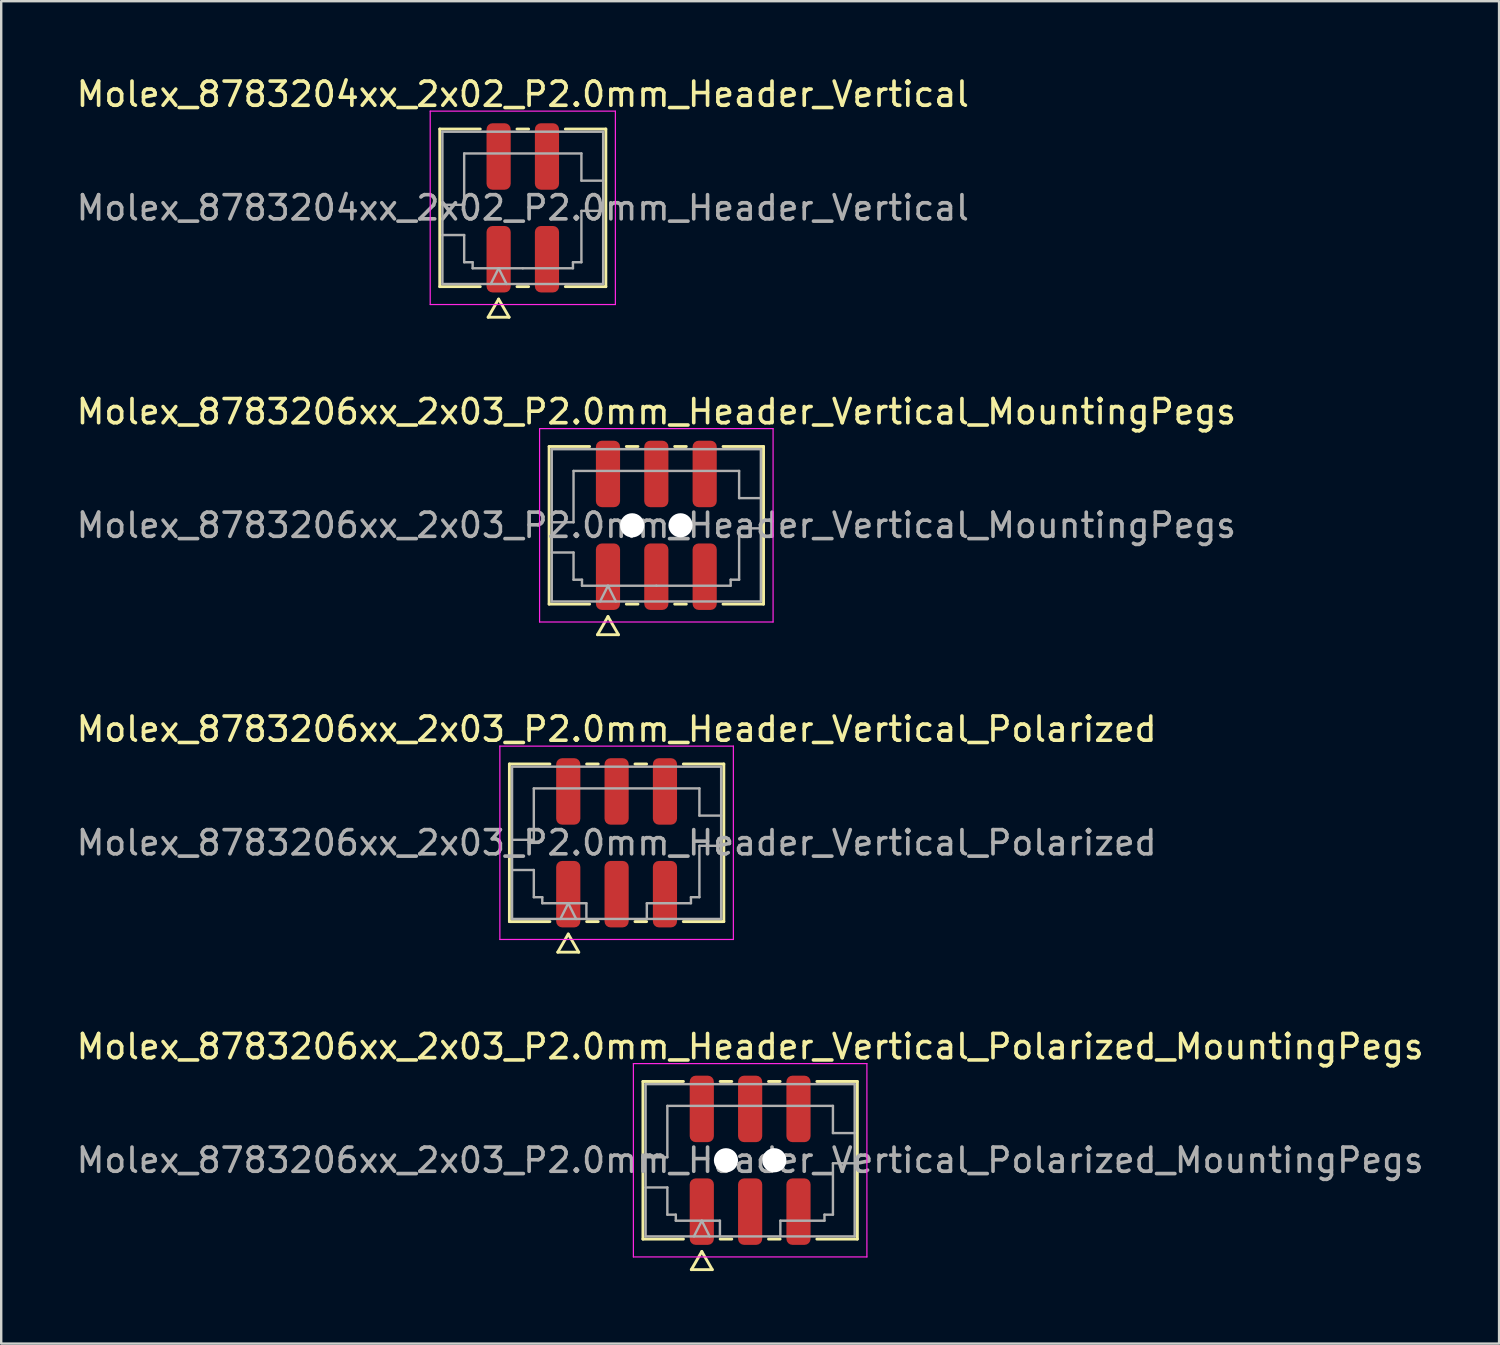
<source format=kicad_pcb>
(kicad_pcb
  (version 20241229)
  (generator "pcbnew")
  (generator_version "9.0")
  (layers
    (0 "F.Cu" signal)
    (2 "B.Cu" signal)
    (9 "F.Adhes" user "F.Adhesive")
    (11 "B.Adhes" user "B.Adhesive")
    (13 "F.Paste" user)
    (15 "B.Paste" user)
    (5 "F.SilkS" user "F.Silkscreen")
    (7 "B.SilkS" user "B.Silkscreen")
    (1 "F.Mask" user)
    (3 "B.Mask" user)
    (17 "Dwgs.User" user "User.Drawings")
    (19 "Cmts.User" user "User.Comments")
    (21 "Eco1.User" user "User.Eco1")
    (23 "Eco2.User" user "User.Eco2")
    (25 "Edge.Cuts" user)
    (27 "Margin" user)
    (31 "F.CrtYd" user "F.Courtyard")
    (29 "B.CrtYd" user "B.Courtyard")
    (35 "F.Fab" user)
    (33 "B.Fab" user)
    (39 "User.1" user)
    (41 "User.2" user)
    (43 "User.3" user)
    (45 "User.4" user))
  (footprint "Molex_8783204xx_2x02_P2.0mm_Header_Vertical"
    (layer "F.Cu")
    (at 18.577 5.548)
    (property "Reference" "Molex_8783204xx_2x02_P2.0mm_Header_Vertical" (at 0 -4.7 0) (layer "F.SilkS") (effects (font (size 1 1) (thickness 0.15))))
    (attr smd)
    (fp_line (start -3.435 -3.26) (end -1.76 -3.26) (stroke (width 0.12) (type solid)) (layer "F.SilkS"))
    (fp_line (start -3.435 3.26) (end -3.435 -3.26) (stroke (width 0.12) (type solid)) (layer "F.SilkS"))
    (fp_line (start -1.76 3.26) (end -3.435 3.26) (stroke (width 0.12) (type solid)) (layer "F.SilkS"))
    (fp_line (start -1.433 4.525) (end -1 3.775) (stroke (width 0.12) (type solid)) (layer "F.SilkS"))
    (fp_line (start -1 3.775) (end -0.567 4.525) (stroke (width 0.12) (type solid)) (layer "F.SilkS"))
    (fp_line (start -0.567 4.525) (end -1.433 4.525) (stroke (width 0.12) (type solid)) (layer "F.SilkS"))
    (fp_line (start -0.24 -3.26) (end 0.24 -3.26) (stroke (width 0.12) (type solid)) (layer "F.SilkS"))
    (fp_line (start 0.24 3.26) (end -0.24 3.26) (stroke (width 0.12) (type solid)) (layer "F.SilkS"))
    (fp_line (start 1.76 -3.26) (end 3.435 -3.26) (stroke (width 0.12) (type solid)) (layer "F.SilkS"))
    (fp_line (start 3.435 -3.26) (end 3.435 3.26) (stroke (width 0.12) (type solid)) (layer "F.SilkS"))
    (fp_line (start 3.435 3.26) (end 1.76 3.26) (stroke (width 0.12) (type solid)) (layer "F.SilkS"))
    (fp_line (start -3.83 -4) (end -3.83 4) (stroke (width 0.05) (type solid)) (layer "F.CrtYd"))
    (fp_line (start -3.83 4) (end 3.83 4) (stroke (width 0.05) (type solid)) (layer "F.CrtYd"))
    (fp_line (start 3.83 -4) (end -3.83 -4) (stroke (width 0.05) (type solid)) (layer "F.CrtYd"))
    (fp_line (start 3.83 4) (end 3.83 -4) (stroke (width 0.05) (type solid)) (layer "F.CrtYd"))
    (fp_line (start -3.325 -3.15) (end 3.325 -3.15) (stroke (width 0.1) (type solid)) (layer "F.Fab"))
    (fp_line (start -3.325 -0.125) (end -2.425 -0.125) (stroke (width 0.1) (type solid)) (layer "F.Fab"))
    (fp_line (start -3.325 1.125) (end -2.425 1.125) (stroke (width 0.1) (type solid)) (layer "F.Fab"))
    (fp_line (start -3.325 3.15) (end -3.325 -3.15) (stroke (width 0.1) (type solid)) (layer "F.Fab"))
    (fp_line (start -2.425 -2.25) (end 2.425 -2.25) (stroke (width 0.1) (type solid)) (layer "F.Fab"))
    (fp_line (start -2.425 -0.125) (end -2.425 -2.25) (stroke (width 0.1) (type solid)) (layer "F.Fab"))
    (fp_line (start -2.425 1.125) (end -2.425 2.25) (stroke (width 0.1) (type solid)) (layer "F.Fab"))
    (fp_line (start -2.425 2.25) (end -2.075 2.25) (stroke (width 0.1) (type solid)) (layer "F.Fab"))
    (fp_line (start -2.075 2.25) (end -2.075 2.5) (stroke (width 0.1) (type solid)) (layer "F.Fab"))
    (fp_line (start -2.075 2.5) (end 0 2.5) (stroke (width 0.1) (type solid)) (layer "F.Fab"))
    (fp_line (start -1.325 3.15) (end -1 2.5) (stroke (width 0.1) (type solid)) (layer "F.Fab"))
    (fp_line (start -1 2.5) (end -0.675 3.15) (stroke (width 0.1) (type solid)) (layer "F.Fab"))
    (fp_line (start 0 2.5) (end 2.075 2.5) (stroke (width 0.1) (type solid)) (layer "F.Fab"))
    (fp_line (start 2.075 2.25) (end 2.425 2.25) (stroke (width 0.1) (type solid)) (layer "F.Fab"))
    (fp_line (start 2.075 2.5) (end 2.075 2.25) (stroke (width 0.1) (type solid)) (layer "F.Fab"))
    (fp_line (start 2.425 -2.25) (end 2.425 -1.125) (stroke (width 0.1) (type solid)) (layer "F.Fab"))
    (fp_line (start 2.425 -1.125) (end 3.325 -1.125) (stroke (width 0.1) (type solid)) (layer "F.Fab"))
    (fp_line (start 2.425 0.125) (end 3.325 0.125) (stroke (width 0.1) (type solid)) (layer "F.Fab"))
    (fp_line (start 2.425 2.25) (end 2.425 0.125) (stroke (width 0.1) (type solid)) (layer "F.Fab"))
    (fp_line (start 3.325 -3.15) (end 3.325 3.15) (stroke (width 0.1) (type solid)) (layer "F.Fab"))
    (fp_line (start 3.325 3.15) (end -3.325 3.15) (stroke (width 0.1) (type solid)) (layer "F.Fab"))
    (fp_text user "${REFERENCE}" (at 0 0 0) (layer "F.Fab") (effects (font (size 1 1) (thickness 0.15))))
    (pad "1" smd roundrect (at -1 2.125) (size 1 2.75) (layers "F.Cu" "F.Mask" "F.Paste") (roundrect_rratio 0.25))
    (pad "2" smd roundrect (at -1 -2.125) (size 1 2.75) (layers "F.Cu" "F.Mask" "F.Paste") (roundrect_rratio 0.25))
    (pad "3" smd roundrect (at 1 2.125) (size 1 2.75) (layers "F.Cu" "F.Mask" "F.Paste") (roundrect_rratio 0.25))
    (pad "4" smd roundrect (at 1 -2.125) (size 1 2.75) (layers "F.Cu" "F.Mask" "F.Paste") (roundrect_rratio 0.25)))
  (footprint "Molex_8783206xx_2x03_P2.0mm_Header_Vertical_MountingPegs"
    (layer "F.Cu")
    (at 24.101 18.681)
    (property "Reference" "Molex_8783206xx_2x03_P2.0mm_Header_Vertical_MountingPegs" (at 0 -4.7 0) (layer "F.SilkS") (effects (font (size 1 1) (thickness 0.15))))
    (attr smd)
    (fp_line (start -4.435 -3.26) (end -2.76 -3.26) (stroke (width 0.12) (type solid)) (layer "F.SilkS"))
    (fp_line (start -4.435 3.26) (end -4.435 -3.26) (stroke (width 0.12) (type solid)) (layer "F.SilkS"))
    (fp_line (start -2.76 3.26) (end -4.435 3.26) (stroke (width 0.12) (type solid)) (layer "F.SilkS"))
    (fp_line (start -2.433 4.525) (end -2 3.775) (stroke (width 0.12) (type solid)) (layer "F.SilkS"))
    (fp_line (start -2 3.775) (end -1.567 4.525) (stroke (width 0.12) (type solid)) (layer "F.SilkS"))
    (fp_line (start -1.567 4.525) (end -2.433 4.525) (stroke (width 0.12) (type solid)) (layer "F.SilkS"))
    (fp_line (start -1.24 -3.26) (end -0.76 -3.26) (stroke (width 0.12) (type solid)) (layer "F.SilkS"))
    (fp_line (start -0.76 3.26) (end -1.24 3.26) (stroke (width 0.12) (type solid)) (layer "F.SilkS"))
    (fp_line (start 0.76 -3.26) (end 1.24 -3.26) (stroke (width 0.12) (type solid)) (layer "F.SilkS"))
    (fp_line (start 1.24 3.26) (end 0.76 3.26) (stroke (width 0.12) (type solid)) (layer "F.SilkS"))
    (fp_line (start 2.76 -3.26) (end 4.435 -3.26) (stroke (width 0.12) (type solid)) (layer "F.SilkS"))
    (fp_line (start 4.435 -3.26) (end 4.435 3.26) (stroke (width 0.12) (type solid)) (layer "F.SilkS"))
    (fp_line (start 4.435 3.26) (end 2.76 3.26) (stroke (width 0.12) (type solid)) (layer "F.SilkS"))
    (fp_line (start -4.83 -4) (end -4.83 4) (stroke (width 0.05) (type solid)) (layer "F.CrtYd"))
    (fp_line (start -4.83 4) (end 4.83 4) (stroke (width 0.05) (type solid)) (layer "F.CrtYd"))
    (fp_line (start 4.83 -4) (end -4.83 -4) (stroke (width 0.05) (type solid)) (layer "F.CrtYd"))
    (fp_line (start 4.83 4) (end 4.83 -4) (stroke (width 0.05) (type solid)) (layer "F.CrtYd"))
    (fp_line (start -4.325 -3.15) (end 4.325 -3.15) (stroke (width 0.1) (type solid)) (layer "F.Fab"))
    (fp_line (start -4.325 -0.125) (end -3.425 -0.125) (stroke (width 0.1) (type solid)) (layer "F.Fab"))
    (fp_line (start -4.325 1.125) (end -3.425 1.125) (stroke (width 0.1) (type solid)) (layer "F.Fab"))
    (fp_line (start -4.325 3.15) (end -4.325 -3.15) (stroke (width 0.1) (type solid)) (layer "F.Fab"))
    (fp_line (start -3.425 -2.25) (end 3.425 -2.25) (stroke (width 0.1) (type solid)) (layer "F.Fab"))
    (fp_line (start -3.425 -0.125) (end -3.425 -2.25) (stroke (width 0.1) (type solid)) (layer "F.Fab"))
    (fp_line (start -3.425 1.125) (end -3.425 2.25) (stroke (width 0.1) (type solid)) (layer "F.Fab"))
    (fp_line (start -3.425 2.25) (end -3.075 2.25) (stroke (width 0.1) (type solid)) (layer "F.Fab"))
    (fp_line (start -3.075 2.25) (end -3.075 2.5) (stroke (width 0.1) (type solid)) (layer "F.Fab"))
    (fp_line (start -3.075 2.5) (end 0 2.5) (stroke (width 0.1) (type solid)) (layer "F.Fab"))
    (fp_line (start -2.325 3.15) (end -2 2.5) (stroke (width 0.1) (type solid)) (layer "F.Fab"))
    (fp_line (start -2 2.5) (end -1.675 3.15) (stroke (width 0.1) (type solid)) (layer "F.Fab"))
    (fp_line (start 0 2.5) (end 3.075 2.5) (stroke (width 0.1) (type solid)) (layer "F.Fab"))
    (fp_line (start 3.075 2.25) (end 3.425 2.25) (stroke (width 0.1) (type solid)) (layer "F.Fab"))
    (fp_line (start 3.075 2.5) (end 3.075 2.25) (stroke (width 0.1) (type solid)) (layer "F.Fab"))
    (fp_line (start 3.425 -2.25) (end 3.425 -1.125) (stroke (width 0.1) (type solid)) (layer "F.Fab"))
    (fp_line (start 3.425 -1.125) (end 4.325 -1.125) (stroke (width 0.1) (type solid)) (layer "F.Fab"))
    (fp_line (start 3.425 0.125) (end 4.325 0.125) (stroke (width 0.1) (type solid)) (layer "F.Fab"))
    (fp_line (start 3.425 2.25) (end 3.425 0.125) (stroke (width 0.1) (type solid)) (layer "F.Fab"))
    (fp_line (start 4.325 -3.15) (end 4.325 3.15) (stroke (width 0.1) (type solid)) (layer "F.Fab"))
    (fp_line (start 4.325 3.15) (end -4.325 3.15) (stroke (width 0.1) (type solid)) (layer "F.Fab"))
    (fp_text user "${REFERENCE}" (at 0 0 0) (layer "F.Fab") (effects (font (size 1 1) (thickness 0.15))))
    (pad "" np_thru_hole circle (at -1 0) (size 1 1) (drill 1) (layers "*.Cu" "*.Mask"))
    (pad "" np_thru_hole circle (at 1 0) (size 1 1) (drill 1) (layers "*.Cu" "*.Mask"))
    (pad "1" smd roundrect (at -2 2.125) (size 1 2.75) (layers "F.Cu" "F.Mask" "F.Paste") (roundrect_rratio 0.25))
    (pad "2" smd roundrect (at -2 -2.125) (size 1 2.75) (layers "F.Cu" "F.Mask" "F.Paste") (roundrect_rratio 0.25))
    (pad "3" smd roundrect (at 0 2.125) (size 1 2.75) (layers "F.Cu" "F.Mask" "F.Paste") (roundrect_rratio 0.25))
    (pad "4" smd roundrect (at 0 -2.125) (size 1 2.75) (layers "F.Cu" "F.Mask" "F.Paste") (roundrect_rratio 0.25))
    (pad "5" smd roundrect (at 2 2.125) (size 1 2.75) (layers "F.Cu" "F.Mask" "F.Paste") (roundrect_rratio 0.25))
    (pad "6" smd roundrect (at 2 -2.125) (size 1 2.75) (layers "F.Cu" "F.Mask" "F.Paste") (roundrect_rratio 0.25)))
  (footprint "Molex_8783206xx_2x03_P2.0mm_Header_Vertical_Polarized_MountingPegs"
    (layer "F.Cu")
    (at 27.982 44.948)
    (property "Reference" "Molex_8783206xx_2x03_P2.0mm_Header_Vertical_Polarized_MountingPegs" (at 0 -4.7 0) (layer "F.SilkS") (effects (font (size 1 1) (thickness 0.15))))
    (attr smd)
    (fp_line (start -4.435 -3.26) (end -2.76 -3.26) (stroke (width 0.12) (type solid)) (layer "F.SilkS"))
    (fp_line (start -4.435 3.26) (end -4.435 -3.26) (stroke (width 0.12) (type solid)) (layer "F.SilkS"))
    (fp_line (start -2.76 3.26) (end -4.435 3.26) (stroke (width 0.12) (type solid)) (layer "F.SilkS"))
    (fp_line (start -2.433 4.525) (end -2 3.775) (stroke (width 0.12) (type solid)) (layer "F.SilkS"))
    (fp_line (start -2 3.775) (end -1.567 4.525) (stroke (width 0.12) (type solid)) (layer "F.SilkS"))
    (fp_line (start -1.567 4.525) (end -2.433 4.525) (stroke (width 0.12) (type solid)) (layer "F.SilkS"))
    (fp_line (start -1.24 -3.26) (end -0.76 -3.26) (stroke (width 0.12) (type solid)) (layer "F.SilkS"))
    (fp_line (start -0.76 3.26) (end -1.24 3.26) (stroke (width 0.12) (type solid)) (layer "F.SilkS"))
    (fp_line (start 0.76 -3.26) (end 1.24 -3.26) (stroke (width 0.12) (type solid)) (layer "F.SilkS"))
    (fp_line (start 1.24 3.26) (end 0.76 3.26) (stroke (width 0.12) (type solid)) (layer "F.SilkS"))
    (fp_line (start 2.76 -3.26) (end 4.435 -3.26) (stroke (width 0.12) (type solid)) (layer "F.SilkS"))
    (fp_line (start 4.435 -3.26) (end 4.435 3.26) (stroke (width 0.12) (type solid)) (layer "F.SilkS"))
    (fp_line (start 4.435 3.26) (end 2.76 3.26) (stroke (width 0.12) (type solid)) (layer "F.SilkS"))
    (fp_line (start -4.83 -4) (end -4.83 4) (stroke (width 0.05) (type solid)) (layer "F.CrtYd"))
    (fp_line (start -4.83 4) (end 4.83 4) (stroke (width 0.05) (type solid)) (layer "F.CrtYd"))
    (fp_line (start 4.83 -4) (end -4.83 -4) (stroke (width 0.05) (type solid)) (layer "F.CrtYd"))
    (fp_line (start 4.83 4) (end 4.83 -4) (stroke (width 0.05) (type solid)) (layer "F.CrtYd"))
    (fp_line (start -4.325 -3.15) (end 4.325 -3.15) (stroke (width 0.1) (type solid)) (layer "F.Fab"))
    (fp_line (start -4.325 -0.125) (end -3.425 -0.125) (stroke (width 0.1) (type solid)) (layer "F.Fab"))
    (fp_line (start -4.325 1.125) (end -3.425 1.125) (stroke (width 0.1) (type solid)) (layer "F.Fab"))
    (fp_line (start -4.325 3.15) (end -4.325 -3.15) (stroke (width 0.1) (type solid)) (layer "F.Fab"))
    (fp_line (start -3.425 -2.25) (end 3.425 -2.25) (stroke (width 0.1) (type solid)) (layer "F.Fab"))
    (fp_line (start -3.425 -0.125) (end -3.425 -2.25) (stroke (width 0.1) (type solid)) (layer "F.Fab"))
    (fp_line (start -3.425 1.125) (end -3.425 2.25) (stroke (width 0.1) (type solid)) (layer "F.Fab"))
    (fp_line (start -3.425 2.25) (end -3.075 2.25) (stroke (width 0.1) (type solid)) (layer "F.Fab"))
    (fp_line (start -3.075 2.25) (end -3.075 2.5) (stroke (width 0.1) (type solid)) (layer "F.Fab"))
    (fp_line (start -3.075 2.5) (end -1.25 2.5) (stroke (width 0.1) (type solid)) (layer "F.Fab"))
    (fp_line (start -2.325 3.15) (end -2 2.5) (stroke (width 0.1) (type solid)) (layer "F.Fab"))
    (fp_line (start -2 2.5) (end -1.675 3.15) (stroke (width 0.1) (type solid)) (layer "F.Fab"))
    (fp_line (start -1.25 2.5) (end -1.25 3.15) (stroke (width 0.1) (type solid)) (layer "F.Fab"))
    (fp_line (start 1.25 2.5) (end 1.25 3.15) (stroke (width 0.1) (type solid)) (layer "F.Fab"))
    (fp_line (start 1.25 2.5) (end 3.075 2.5) (stroke (width 0.1) (type solid)) (layer "F.Fab"))
    (fp_line (start 3.075 2.25) (end 3.425 2.25) (stroke (width 0.1) (type solid)) (layer "F.Fab"))
    (fp_line (start 3.075 2.5) (end 3.075 2.25) (stroke (width 0.1) (type solid)) (layer "F.Fab"))
    (fp_line (start 3.425 -2.25) (end 3.425 -1.125) (stroke (width 0.1) (type solid)) (layer "F.Fab"))
    (fp_line (start 3.425 -1.125) (end 4.325 -1.125) (stroke (width 0.1) (type solid)) (layer "F.Fab"))
    (fp_line (start 3.425 0.125) (end 4.325 0.125) (stroke (width 0.1) (type solid)) (layer "F.Fab"))
    (fp_line (start 3.425 2.25) (end 3.425 0.125) (stroke (width 0.1) (type solid)) (layer "F.Fab"))
    (fp_line (start 4.325 -3.15) (end 4.325 3.15) (stroke (width 0.1) (type solid)) (layer "F.Fab"))
    (fp_line (start 4.325 3.15) (end -4.325 3.15) (stroke (width 0.1) (type solid)) (layer "F.Fab"))
    (fp_text user "${REFERENCE}" (at 0 0 0) (layer "F.Fab") (effects (font (size 1 1) (thickness 0.15))))
    (pad "" np_thru_hole circle (at -1 0) (size 1 1) (drill 1) (layers "*.Cu" "*.Mask"))
    (pad "" np_thru_hole circle (at 1 0) (size 1 1) (drill 1) (layers "*.Cu" "*.Mask"))
    (pad "1" smd roundrect (at -2 2.125) (size 1 2.75) (layers "F.Cu" "F.Mask" "F.Paste") (roundrect_rratio 0.25))
    (pad "2" smd roundrect (at -2 -2.125) (size 1 2.75) (layers "F.Cu" "F.Mask" "F.Paste") (roundrect_rratio 0.25))
    (pad "3" smd roundrect (at 0 2.125) (size 1 2.75) (layers "F.Cu" "F.Mask" "F.Paste") (roundrect_rratio 0.25))
    (pad "4" smd roundrect (at 0 -2.125) (size 1 2.75) (layers "F.Cu" "F.Mask" "F.Paste") (roundrect_rratio 0.25))
    (pad "5" smd roundrect (at 2 2.125) (size 1 2.75) (layers "F.Cu" "F.Mask" "F.Paste") (roundrect_rratio 0.25))
    (pad "6" smd roundrect (at 2 -2.125) (size 1 2.75) (layers "F.Cu" "F.Mask" "F.Paste") (roundrect_rratio 0.25)))
  (footprint "Molex_8783206xx_2x03_P2.0mm_Header_Vertical_Polarized"
    (layer "F.Cu")
    (at 22.458 31.815)
    (property "Reference" "Molex_8783206xx_2x03_P2.0mm_Header_Vertical_Polarized" (at 0 -4.7 0) (layer "F.SilkS") (effects (font (size 1 1) (thickness 0.15))))
    (attr smd)
    (fp_line (start -4.435 -3.26) (end -2.76 -3.26) (stroke (width 0.12) (type solid)) (layer "F.SilkS"))
    (fp_line (start -4.435 3.26) (end -4.435 -3.26) (stroke (width 0.12) (type solid)) (layer "F.SilkS"))
    (fp_line (start -2.76 3.26) (end -4.435 3.26) (stroke (width 0.12) (type solid)) (layer "F.SilkS"))
    (fp_line (start -2.433 4.525) (end -2 3.775) (stroke (width 0.12) (type solid)) (layer "F.SilkS"))
    (fp_line (start -2 3.775) (end -1.567 4.525) (stroke (width 0.12) (type solid)) (layer "F.SilkS"))
    (fp_line (start -1.567 4.525) (end -2.433 4.525) (stroke (width 0.12) (type solid)) (layer "F.SilkS"))
    (fp_line (start -1.24 -3.26) (end -0.76 -3.26) (stroke (width 0.12) (type solid)) (layer "F.SilkS"))
    (fp_line (start -0.76 3.26) (end -1.24 3.26) (stroke (width 0.12) (type solid)) (layer "F.SilkS"))
    (fp_line (start 0.76 -3.26) (end 1.24 -3.26) (stroke (width 0.12) (type solid)) (layer "F.SilkS"))
    (fp_line (start 1.24 3.26) (end 0.76 3.26) (stroke (width 0.12) (type solid)) (layer "F.SilkS"))
    (fp_line (start 2.76 -3.26) (end 4.435 -3.26) (stroke (width 0.12) (type solid)) (layer "F.SilkS"))
    (fp_line (start 4.435 -3.26) (end 4.435 3.26) (stroke (width 0.12) (type solid)) (layer "F.SilkS"))
    (fp_line (start 4.435 3.26) (end 2.76 3.26) (stroke (width 0.12) (type solid)) (layer "F.SilkS"))
    (fp_line (start -4.83 -4) (end -4.83 4) (stroke (width 0.05) (type solid)) (layer "F.CrtYd"))
    (fp_line (start -4.83 4) (end 4.83 4) (stroke (width 0.05) (type solid)) (layer "F.CrtYd"))
    (fp_line (start 4.83 -4) (end -4.83 -4) (stroke (width 0.05) (type solid)) (layer "F.CrtYd"))
    (fp_line (start 4.83 4) (end 4.83 -4) (stroke (width 0.05) (type solid)) (layer "F.CrtYd"))
    (fp_line (start -4.325 -3.15) (end 4.325 -3.15) (stroke (width 0.1) (type solid)) (layer "F.Fab"))
    (fp_line (start -4.325 -0.125) (end -3.425 -0.125) (stroke (width 0.1) (type solid)) (layer "F.Fab"))
    (fp_line (start -4.325 1.125) (end -3.425 1.125) (stroke (width 0.1) (type solid)) (layer "F.Fab"))
    (fp_line (start -4.325 3.15) (end -4.325 -3.15) (stroke (width 0.1) (type solid)) (layer "F.Fab"))
    (fp_line (start -3.425 -2.25) (end 3.425 -2.25) (stroke (width 0.1) (type solid)) (layer "F.Fab"))
    (fp_line (start -3.425 -0.125) (end -3.425 -2.25) (stroke (width 0.1) (type solid)) (layer "F.Fab"))
    (fp_line (start -3.425 1.125) (end -3.425 2.25) (stroke (width 0.1) (type solid)) (layer "F.Fab"))
    (fp_line (start -3.425 2.25) (end -3.075 2.25) (stroke (width 0.1) (type solid)) (layer "F.Fab"))
    (fp_line (start -3.075 2.25) (end -3.075 2.5) (stroke (width 0.1) (type solid)) (layer "F.Fab"))
    (fp_line (start -3.075 2.5) (end -1.25 2.5) (stroke (width 0.1) (type solid)) (layer "F.Fab"))
    (fp_line (start -2.325 3.15) (end -2 2.5) (stroke (width 0.1) (type solid)) (layer "F.Fab"))
    (fp_line (start -2 2.5) (end -1.675 3.15) (stroke (width 0.1) (type solid)) (layer "F.Fab"))
    (fp_line (start -1.25 2.5) (end -1.25 3.15) (stroke (width 0.1) (type solid)) (layer "F.Fab"))
    (fp_line (start 1.25 2.5) (end 1.25 3.15) (stroke (width 0.1) (type solid)) (layer "F.Fab"))
    (fp_line (start 1.25 2.5) (end 3.075 2.5) (stroke (width 0.1) (type solid)) (layer "F.Fab"))
    (fp_line (start 3.075 2.25) (end 3.425 2.25) (stroke (width 0.1) (type solid)) (layer "F.Fab"))
    (fp_line (start 3.075 2.5) (end 3.075 2.25) (stroke (width 0.1) (type solid)) (layer "F.Fab"))
    (fp_line (start 3.425 -2.25) (end 3.425 -1.125) (stroke (width 0.1) (type solid)) (layer "F.Fab"))
    (fp_line (start 3.425 -1.125) (end 4.325 -1.125) (stroke (width 0.1) (type solid)) (layer "F.Fab"))
    (fp_line (start 3.425 0.125) (end 4.325 0.125) (stroke (width 0.1) (type solid)) (layer "F.Fab"))
    (fp_line (start 3.425 2.25) (end 3.425 0.125) (stroke (width 0.1) (type solid)) (layer "F.Fab"))
    (fp_line (start 4.325 -3.15) (end 4.325 3.15) (stroke (width 0.1) (type solid)) (layer "F.Fab"))
    (fp_line (start 4.325 3.15) (end -4.325 3.15) (stroke (width 0.1) (type solid)) (layer "F.Fab"))
    (fp_text user "${REFERENCE}" (at 0 0 0) (layer "F.Fab") (effects (font (size 1 1) (thickness 0.15))))
    (pad "1" smd roundrect (at -2 2.125) (size 1 2.75) (layers "F.Cu" "F.Mask" "F.Paste") (roundrect_rratio 0.25))
    (pad "2" smd roundrect (at -2 -2.125) (size 1 2.75) (layers "F.Cu" "F.Mask" "F.Paste") (roundrect_rratio 0.25))
    (pad "3" smd roundrect (at 0 2.125) (size 1 2.75) (layers "F.Cu" "F.Mask" "F.Paste") (roundrect_rratio 0.25))
    (pad "4" smd roundrect (at 0 -2.125) (size 1 2.75) (layers "F.Cu" "F.Mask" "F.Paste") (roundrect_rratio 0.25))
    (pad "5" smd roundrect (at 2 2.125) (size 1 2.75) (layers "F.Cu" "F.Mask" "F.Paste") (roundrect_rratio 0.25))
    (pad "6" smd roundrect (at 2 -2.125) (size 1 2.75) (layers "F.Cu" "F.Mask" "F.Paste") (roundrect_rratio 0.25)))
  (gr_rect
    (start -3 -3)
    (end 58.964 52.533)
    (stroke (width 0.1) (type default))
    (fill no)
    (layer "Edge.Cuts")))
</source>
